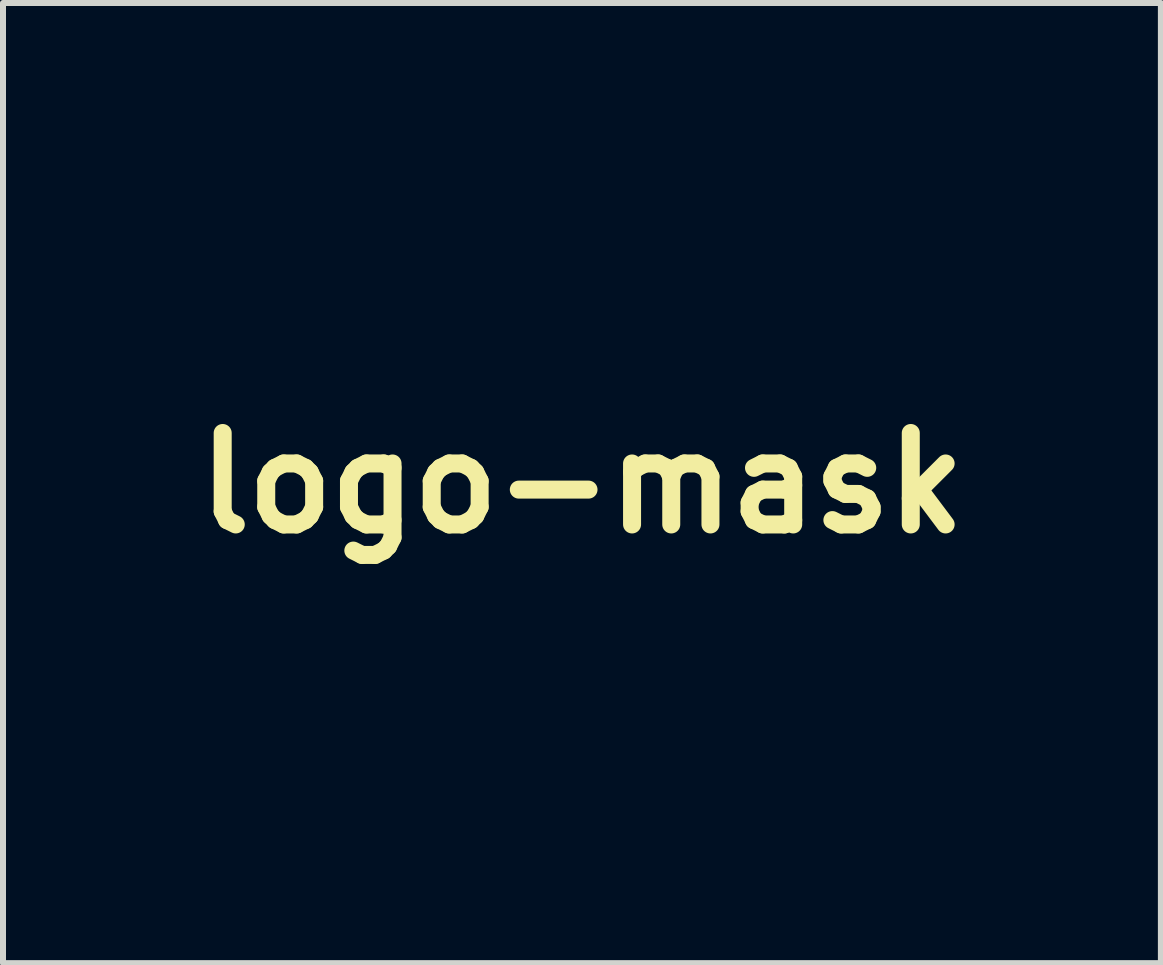
<source format=kicad_pcb>
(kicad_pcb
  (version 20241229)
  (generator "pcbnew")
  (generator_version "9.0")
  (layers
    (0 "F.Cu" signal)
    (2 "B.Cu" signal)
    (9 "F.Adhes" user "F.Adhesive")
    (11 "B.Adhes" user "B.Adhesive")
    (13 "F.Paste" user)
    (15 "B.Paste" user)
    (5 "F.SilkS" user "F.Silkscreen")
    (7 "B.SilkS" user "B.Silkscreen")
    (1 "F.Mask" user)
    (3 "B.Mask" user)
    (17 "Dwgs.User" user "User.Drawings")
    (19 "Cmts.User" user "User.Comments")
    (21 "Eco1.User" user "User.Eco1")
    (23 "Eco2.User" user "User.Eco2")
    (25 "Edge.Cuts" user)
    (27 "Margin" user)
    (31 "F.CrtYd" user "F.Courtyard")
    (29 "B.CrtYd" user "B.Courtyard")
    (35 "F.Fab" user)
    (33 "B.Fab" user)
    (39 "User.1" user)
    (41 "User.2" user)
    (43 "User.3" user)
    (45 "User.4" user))
  (footprint "logo-mask"
    (layer "F.Cu")
    (at 6.648 5)
    (property "Reference" "logo-mask" (at 0 0 0) (layer "F.SilkS") (effects (font (size 1.524 1.524) (thickness 0.3))))
    (attr board_only exclude_from_pos_files exclude_from_bom)
    (fp_poly (pts (xy 5 5) (xy -5 5) (xy -5 0.083) (xy -1.525 0.083) (xy -1.518 0.09) (xy -1.51 0.098) (xy -1.439 0.098) (xy -1.417 0.098) (xy -1.399 0.098) (xy -1.385 0.098) (xy -1.375 0.099) (xy -1.369 0.099) (xy -1.365 0.1) (xy -1.364 0.101) (xy -1.362 0.103) (xy -1.361 0.108) (xy -1.359 0.115) (xy -1.358 0.126) (xy -1.356 0.14) (xy -1.351 0.184) (xy -1.345 0.225) (xy -1.337 0.267) (xy -1.328 0.31) (xy -1.321 0.338) (xy -1.3 0.413) (xy -1.274 0.487) (xy -1.243 0.56) (xy -1.208 0.631) (xy -1.169 0.701) (xy -1.127 0.768) (xy -1.08 0.832) (xy -1.031 0.893) (xy -0.978 0.95) (xy -0.922 1.004) (xy -0.92 1.006) (xy -0.855 1.061) (xy -0.788 1.112) (xy -0.72 1.158) (xy -0.649 1.2) (xy -0.576 1.237) (xy -0.501 1.269) (xy -0.425 1.297) (xy -0.347 1.32) (xy -0.267 1.338) (xy -0.215 1.347) (xy -0.205 1.349) (xy -0.192 1.351) (xy -0.177 1.352) (xy -0.162 1.354) (xy -0.147 1.356) (xy -0.132 1.358) (xy -0.121 1.359) (xy -0.112 1.36) (xy -0.107 1.36) (xy -0.104 1.362) (xy -0.101 1.364) (xy -0.1 1.366) (xy -0.099 1.369) (xy -0.099 1.373) (xy -0.098 1.38) (xy -0.098 1.39) (xy -0.098 1.404) (xy -0.098 1.421) (xy -0.098 1.439) (xy -0.098 1.51) (xy -0.09 1.518) (xy -0.083 1.525) (xy 0.083 1.525) (xy 0.098 1.51) (xy 0.098 1.439) (xy 0.098 1.418) (xy 0.098 1.401) (xy 0.098 1.388) (xy 0.098 1.378) (xy 0.099 1.372) (xy 0.1 1.367) (xy 0.101 1.365) (xy 0.101 1.364) (xy 0.106 1.362) (xy 0.114 1.36) (xy 0.123 1.359) (xy 0.205 1.349) (xy 0.286 1.334) (xy 0.365 1.315) (xy 0.443 1.291) (xy 0.519 1.262) (xy 0.593 1.229) (xy 0.665 1.192) (xy 0.735 1.15) (xy 0.802 1.104) (xy 0.867 1.053) (xy 0.881 1.041) (xy 0.909 1.017) (xy 0.934 0.995) (xy 0.956 0.973) (xy 0.978 0.951) (xy 1 0.928) (xy 1.022 0.903) (xy 1.041 0.881) (xy 1.085 0.827) (xy 1.127 0.769) (xy 1.166 0.709) (xy 1.202 0.648) (xy 1.221 0.61) (xy 1.25 0.549) (xy 1.275 0.486) (xy 1.298 0.421) (xy 1.317 0.355) (xy 1.334 0.289) (xy 1.347 0.223) (xy 1.356 0.159) (xy 1.359 0.127) (xy 1.36 0.114) (xy 1.362 0.105) (xy 1.364 0.101) (xy 1.366 0.1) (xy 1.37 0.099) (xy 1.375 0.099) (xy 1.383 0.098) (xy 1.395 0.098) (xy 1.41 0.098) (xy 1.43 0.098) (xy 1.439 0.098) (xy 1.51 0.098) (xy 1.525 0.083) (xy 1.525 -0.083) (xy 1.518 -0.09) (xy 1.51 -0.098) (xy 1.439 -0.098) (xy 1.418 -0.098) (xy 1.401 -0.098) (xy 1.388 -0.098) (xy 1.378 -0.098) (xy 1.371 -0.099) (xy 1.367 -0.1) (xy 1.365 -0.101) (xy 1.364 -0.101) (xy 1.362 -0.106) (xy 1.36 -0.114) (xy 1.359 -0.127) (xy 1.352 -0.186) (xy 1.342 -0.249) (xy 1.329 -0.312) (xy 1.312 -0.376) (xy 1.293 -0.439) (xy 1.271 -0.5) (xy 1.269 -0.505) (xy 1.262 -0.522) (xy 1.253 -0.542) (xy 1.242 -0.565) (xy 1.231 -0.589) (xy 1.219 -0.613) (xy 1.207 -0.636) (xy 1.196 -0.658) (xy 1.185 -0.677) (xy 1.177 -0.691) (xy 1.132 -0.763) (xy 1.083 -0.831) (xy 1.03 -0.895) (xy 0.974 -0.955) (xy 0.915 -1.012) (xy 0.852 -1.066) (xy 0.786 -1.116) (xy 0.758 -1.135) (xy 0.691 -1.177) (xy 0.621 -1.215) (xy 0.549 -1.25) (xy 0.475 -1.28) (xy 0.399 -1.305) (xy 0.323 -1.326) (xy 0.245 -1.343) (xy 0.168 -1.355) (xy 0.125 -1.359) (xy 0.114 -1.36) (xy 0.105 -1.362) (xy 0.101 -1.364) (xy 0.1 -1.366) (xy 0.099 -1.37) (xy 0.099 -1.375) (xy 0.098 -1.384) (xy 0.098 -1.395) (xy 0.098 -1.411) (xy 0.098 -1.431) (xy 0.098 -1.439) (xy 0.098 -1.51) (xy 0.083 -1.525) (xy 0 -1.525) (xy -0.083 -1.525) (xy -0.09 -1.518) (xy -0.098 -1.51) (xy -0.098 -1.439) (xy -0.098 -1.418) (xy -0.098 -1.401) (xy -0.098 -1.388) (xy -0.098 -1.378) (xy -0.099 -1.372) (xy -0.1 -1.367) (xy -0.101 -1.365) (xy -0.101 -1.364) (xy -0.106 -1.362) (xy -0.114 -1.36) (xy -0.123 -1.359) (xy -0.204 -1.349) (xy -0.285 -1.334) (xy -0.365 -1.315) (xy -0.443 -1.291) (xy -0.502 -1.269) (xy -0.521 -1.261) (xy -0.543 -1.251) (xy -0.567 -1.24) (xy -0.593 -1.228) (xy -0.618 -1.215) (xy -0.643 -1.203) (xy -0.665 -1.191) (xy -0.685 -1.18) (xy -0.694 -1.175) (xy -0.747 -1.141) (xy -0.8 -1.104) (xy -0.851 -1.065) (xy -0.891 -1.032) (xy -0.908 -1.017) (xy -0.927 -1) (xy -0.947 -0.98) (xy -0.968 -0.959) (xy -0.988 -0.939) (xy -1.007 -0.919) (xy -1.024 -0.901) (xy -1.032 -0.891) (xy -1.084 -0.827) (xy -1.132 -0.759) (xy -1.176 -0.69) (xy -1.215 -0.618) (xy -1.25 -0.545) (xy -1.281 -0.469) (xy -1.306 -0.393) (xy -1.327 -0.314) (xy -1.343 -0.234) (xy -1.355 -0.154) (xy -1.356 -0.14) (xy -1.358 -0.125) (xy -1.359 -0.114) (xy -1.361 -0.107) (xy -1.362 -0.103) (xy -1.364 -0.101) (xy -1.367 -0.1) (xy -1.372 -0.099) (xy -1.381 -0.098) (xy -1.393 -0.098) (xy -1.409 -0.098) (xy -1.429 -0.098) (xy -1.439 -0.098) (xy -1.51 -0.098) (xy -1.518 -0.09) (xy -1.525 -0.083) (xy -1.525 0.083) (xy -5 0.083) (xy -5 -5) (xy 5 -5)) (stroke (width 0) (type solid)) (fill yes) (layer "F.Mask"))
    (fp_poly (pts (xy 0.124 -1.162) (xy 0.138 -1.161) (xy 0.156 -1.158) (xy 0.177 -1.155) (xy 0.201 -1.151) (xy 0.272 -1.137) (xy 0.343 -1.118) (xy 0.412 -1.094) (xy 0.48 -1.066) (xy 0.547 -1.033) (xy 0.612 -0.996) (xy 0.674 -0.956) (xy 0.731 -0.913) (xy 0.788 -0.864) (xy 0.842 -0.812) (xy 0.892 -0.756) (xy 0.938 -0.697) (xy 0.981 -0.636) (xy 1.019 -0.572) (xy 1.054 -0.506) (xy 1.084 -0.438) (xy 1.11 -0.367) (xy 1.131 -0.296) (xy 1.148 -0.222) (xy 1.159 -0.154) (xy 1.16 -0.141) (xy 1.162 -0.129) (xy 1.163 -0.12) (xy 1.164 -0.115) (xy 1.164 -0.111) (xy 1.165 -0.108) (xy 1.164 -0.105) (xy 1.163 -0.103) (xy 1.16 -0.101) (xy 1.155 -0.1) (xy 1.148 -0.099) (xy 1.138 -0.098) (xy 1.125 -0.098) (xy 1.109 -0.098) (xy 1.089 -0.098) (xy 1.065 -0.097) (xy 1.036 -0.098) (xy 0.915 -0.098) (xy 0.907 -0.09) (xy 0.9 -0.083) (xy 0.9 0.083) (xy 0.907 0.09) (xy 0.915 0.098) (xy 1.036 0.098) (xy 1.065 0.097) (xy 1.089 0.098) (xy 1.109 0.098) (xy 1.125 0.098) (xy 1.138 0.098) (xy 1.148 0.099) (xy 1.155 0.1) (xy 1.16 0.101) (xy 1.163 0.103) (xy 1.164 0.105) (xy 1.165 0.108) (xy 1.164 0.111) (xy 1.164 0.114) (xy 1.164 0.115) (xy 1.163 0.121) (xy 1.162 0.13) (xy 1.16 0.142) (xy 1.159 0.154) (xy 1.146 0.228) (xy 1.129 0.301) (xy 1.108 0.373) (xy 1.081 0.444) (xy 1.05 0.513) (xy 1.015 0.58) (xy 0.975 0.644) (xy 0.932 0.706) (xy 0.913 0.73) (xy 0.901 0.745) (xy 0.886 0.762) (xy 0.868 0.781) (xy 0.848 0.802) (xy 0.828 0.822) (xy 0.807 0.843) (xy 0.787 0.863) (xy 0.767 0.881) (xy 0.75 0.897) (xy 0.735 0.909) (xy 0.733 0.911) (xy 0.671 0.957) (xy 0.606 0.999) (xy 0.54 1.036) (xy 0.471 1.069) (xy 0.401 1.097) (xy 0.329 1.121) (xy 0.255 1.14) (xy 0.19 1.152) (xy 0.164 1.157) (xy 0.143 1.16) (xy 0.126 1.161) (xy 0.114 1.162) (xy 0.105 1.162) (xy 0.101 1.161) (xy 0.1 1.16) (xy 0.099 1.157) (xy 0.099 1.149) (xy 0.099 1.137) (xy 0.098 1.122) (xy 0.098 1.104) (xy 0.098 1.083) (xy 0.098 1.061) (xy 0.098 1.037) (xy 0.098 1.035) (xy 0.098 0.915) (xy 0.09 0.907) (xy 0.083 0.9) (xy -0.083 0.9) (xy -0.09 0.907) (xy -0.098 0.915) (xy -0.098 1.035) (xy -0.098 1.059) (xy -0.098 1.081) (xy -0.098 1.102) (xy -0.098 1.12) (xy -0.098 1.136) (xy -0.098 1.147) (xy -0.099 1.155) (xy -0.099 1.159) (xy -0.099 1.159) (xy -0.101 1.161) (xy -0.106 1.162) (xy -0.113 1.162) (xy -0.124 1.162) (xy -0.139 1.16) (xy -0.159 1.157) (xy -0.166 1.156) (xy -0.242 1.142) (xy -0.317 1.124) (xy -0.39 1.101) (xy -0.46 1.073) (xy -0.529 1.041) (xy -0.595 1.005) (xy -0.659 0.964) (xy -0.72 0.919) (xy -0.774 0.875) (xy -0.829 0.823) (xy -0.88 0.768) (xy -0.928 0.709) (xy -0.971 0.648) (xy -1.011 0.585) (xy -1.046 0.518) (xy -1.077 0.45) (xy -1.104 0.38) (xy -1.126 0.308) (xy -1.144 0.234) (xy -1.155 0.172) (xy -1.158 0.151) (xy -1.16 0.134) (xy -1.161 0.121) (xy -1.162 0.111) (xy -1.162 0.105) (xy -1.161 0.101) (xy -1.16 0.1) (xy -1.157 0.1) (xy -1.149 0.099) (xy -1.137 0.099) (xy -1.121 0.099) (xy -1.101 0.099) (xy -1.077 0.098) (xy -1.049 0.098) (xy -1.019 0.098) (xy -0.985 0.098) (xy -0.949 0.098) (xy -0.91 0.098) (xy -0.87 0.098) (xy -0.827 0.098) (xy -0.793 0.098) (xy -0.43 0.098) (xy -0.415 0.083) (xy -0.285 0.083) (xy -0.278 0.09) (xy -0.27 0.098) (xy -0.188 0.098) (xy -0.165 0.098) (xy -0.147 0.098) (xy -0.132 0.098) (xy -0.121 0.098) (xy -0.113 0.099) (xy -0.108 0.099) (xy -0.104 0.1) (xy -0.102 0.101) (xy -0.101 0.101) (xy -0.1 0.103) (xy -0.099 0.106) (xy -0.099 0.11) (xy -0.098 0.117) (xy -0.098 0.126) (xy -0.098 0.139) (xy -0.098 0.155) (xy -0.098 0.176) (xy -0.098 0.188) (xy -0.098 0.27) (xy -0.09 0.278) (xy -0.083 0.285) (xy 0.083 0.285) (xy 0.098 0.27) (xy 0.098 0.188) (xy 0.098 0.165) (xy 0.098 0.147) (xy 0.098 0.132) (xy 0.098 0.121) (xy 0.099 0.113) (xy 0.099 0.108) (xy 0.1 0.104) (xy 0.101 0.102) (xy 0.101 0.101) (xy 0.103 0.1) (xy 0.106 0.099) (xy 0.11 0.099) (xy 0.117 0.098) (xy 0.126 0.098) (xy 0.139 0.098) (xy 0.155 0.098) (xy 0.175 0.098) (xy 0.189 0.098) (xy 0.273 0.098) (xy 0.287 0.083) (xy 0.287 -0.083) (xy 0.28 -0.09) (xy 0.273 -0.098) (xy 0.189 -0.098) (xy 0.166 -0.098) (xy 0.148 -0.098) (xy 0.133 -0.098) (xy 0.122 -0.098) (xy 0.114 -0.098) (xy 0.108 -0.099) (xy 0.104 -0.1) (xy 0.102 -0.101) (xy 0.101 -0.101) (xy 0.1 -0.103) (xy 0.099 -0.106) (xy 0.099 -0.11) (xy 0.098 -0.117) (xy 0.098 -0.126) (xy 0.098 -0.139) (xy 0.098 -0.155) (xy 0.098 -0.176) (xy 0.098 -0.188) (xy 0.098 -0.27) (xy 0.09 -0.278) (xy 0.083 -0.285) (xy -0.083 -0.285) (xy -0.09 -0.278) (xy -0.098 -0.27) (xy -0.098 -0.188) (xy -0.098 -0.165) (xy -0.098 -0.147) (xy -0.098 -0.132) (xy -0.098 -0.121) (xy -0.099 -0.113) (xy -0.099 -0.108) (xy -0.1 -0.104) (xy -0.101 -0.102) (xy -0.101 -0.101) (xy -0.103 -0.1) (xy -0.106 -0.099) (xy -0.11 -0.099) (xy -0.117 -0.098) (xy -0.126 -0.098) (xy -0.139 -0.098) (xy -0.155 -0.098) (xy -0.176 -0.098) (xy -0.188 -0.098) (xy -0.27 -0.098) (xy -0.278 -0.09) (xy -0.285 -0.083) (xy -0.285 0.083) (xy -0.415 0.083) (xy -0.415 -0.083) (xy -0.422 -0.09) (xy -0.43 -0.098) (xy -0.793 -0.098) (xy -0.841 -0.098) (xy -0.887 -0.098) (xy -0.929 -0.098) (xy -0.969 -0.098) (xy -1.006 -0.098) (xy -1.039 -0.098) (xy -1.068 -0.098) (xy -1.094 -0.098) (xy -1.116 -0.099) (xy -1.134 -0.099) (xy -1.147 -0.099) (xy -1.156 -0.1) (xy -1.16 -0.1) (xy -1.16 -0.1) (xy -1.161 -0.102) (xy -1.162 -0.105) (xy -1.162 -0.11) (xy -1.162 -0.118) (xy -1.16 -0.13) (xy -1.15 -0.205) (xy -1.134 -0.278) (xy -1.114 -0.351) (xy -1.089 -0.422) (xy -1.059 -0.491) (xy -1.025 -0.559) (xy -0.987 -0.624) (xy -0.945 -0.687) (xy -0.903 -0.741) (xy -0.89 -0.756) (xy -0.875 -0.774) (xy -0.857 -0.793) (xy -0.838 -0.813) (xy -0.818 -0.833) (xy -0.799 -0.851) (xy -0.782 -0.868) (xy -0.77 -0.879) (xy -0.712 -0.926) (xy -0.651 -0.97) (xy -0.587 -1.01) (xy -0.521 -1.046) (xy -0.453 -1.077) (xy -0.401 -1.097) (xy -0.353 -1.114) (xy -0.307 -1.127) (xy -0.262 -1.139) (xy -0.215 -1.148) (xy -0.165 -1.157) (xy -0.158 -1.157) (xy -0.139 -1.16) (xy -0.124 -1.162) (xy -0.113 -1.162) (xy -0.106 -1.162) (xy -0.101 -1.161) (xy -0.099 -1.159) (xy -0.099 -1.156) (xy -0.099 -1.148) (xy -0.099 -1.136) (xy -0.098 -1.12) (xy -0.098 -1.1) (xy -0.098 -1.076) (xy -0.098 -1.049) (xy -0.098 -1.019) (xy -0.098 -0.986) (xy -0.098 -0.951) (xy -0.098 -0.913) (xy -0.098 -0.874) (xy -0.098 -0.833) (xy -0.098 -0.792) (xy -0.098 -0.43) (xy -0.09 -0.422) (xy -0.083 -0.415) (xy 0.083 -0.415) (xy 0.098 -0.43) (xy 0.098 -0.793) (xy 0.098 -0.839) (xy 0.098 -0.882) (xy 0.098 -0.923) (xy 0.098 -0.962) (xy 0.098 -0.998) (xy 0.098 -1.031) (xy 0.098 -1.061) (xy 0.098 -1.087) (xy 0.099 -1.11) (xy 0.099 -1.129) (xy 0.099 -1.143) (xy 0.099 -1.153) (xy 0.1 -1.159) (xy 0.1 -1.16) (xy 0.102 -1.162) (xy 0.107 -1.163) (xy 0.114 -1.163)) (stroke (width 0) (type solid)) (fill yes) (layer "F.Mask")))
  (gr_rect
    (start -3 -3)
    (end 16.295 13)
    (stroke (width 0.1) (type default))
    (fill no)
    (layer "Edge.Cuts")))
</source>
